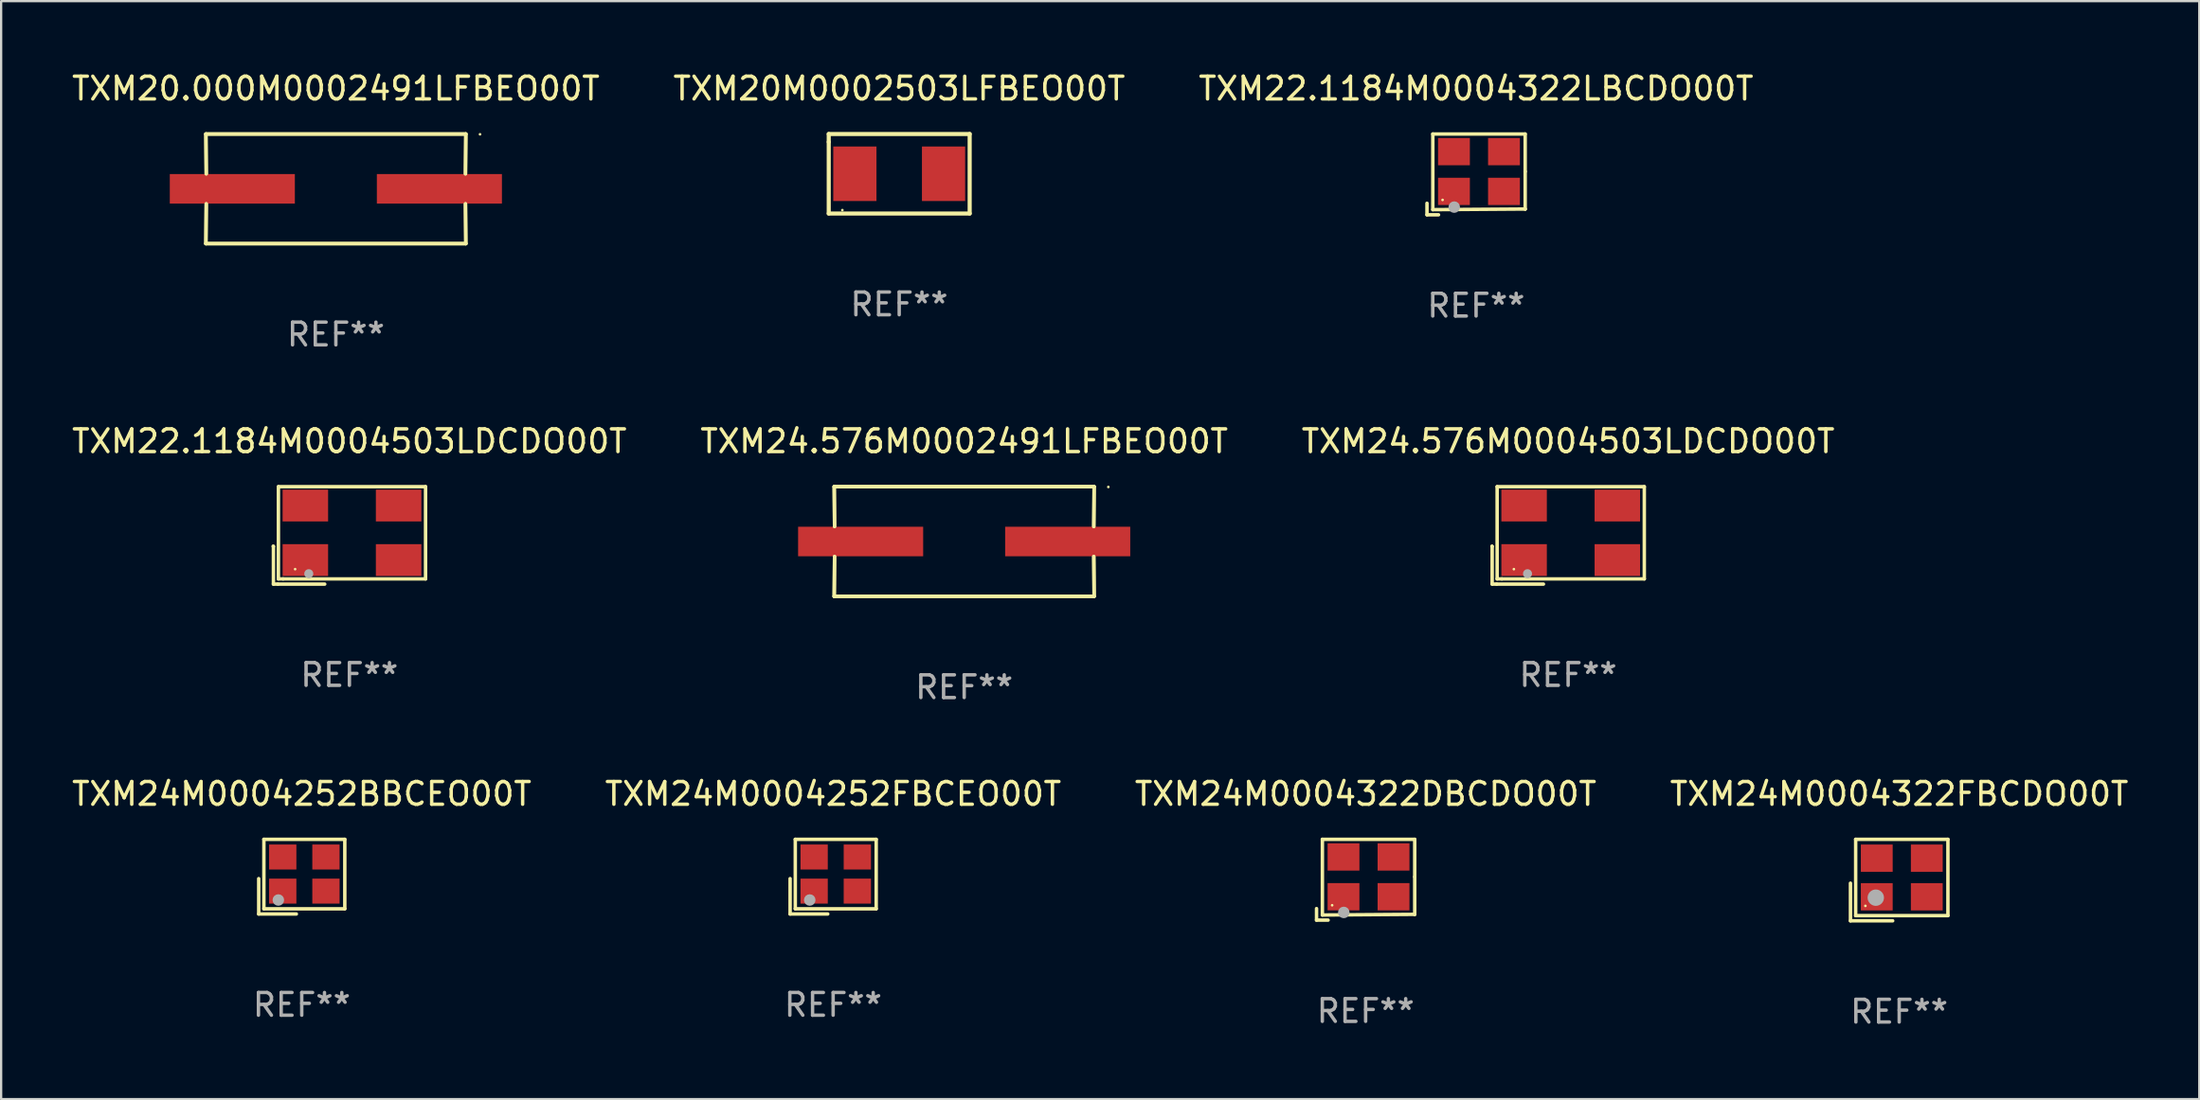
<source format=kicad_pcb>
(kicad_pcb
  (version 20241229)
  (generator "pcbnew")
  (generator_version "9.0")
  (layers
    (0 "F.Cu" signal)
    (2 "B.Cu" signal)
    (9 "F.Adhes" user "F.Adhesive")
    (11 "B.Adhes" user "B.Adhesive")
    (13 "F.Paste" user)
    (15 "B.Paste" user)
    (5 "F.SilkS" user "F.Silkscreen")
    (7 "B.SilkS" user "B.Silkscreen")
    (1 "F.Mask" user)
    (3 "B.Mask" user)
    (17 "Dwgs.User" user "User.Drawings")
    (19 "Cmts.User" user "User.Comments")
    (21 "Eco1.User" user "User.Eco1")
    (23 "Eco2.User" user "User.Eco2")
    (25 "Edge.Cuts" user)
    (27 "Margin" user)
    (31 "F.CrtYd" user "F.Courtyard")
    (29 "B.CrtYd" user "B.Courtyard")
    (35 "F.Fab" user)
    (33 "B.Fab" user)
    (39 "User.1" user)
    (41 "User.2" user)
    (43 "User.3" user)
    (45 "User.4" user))
  (footprint "TXM20M0002503LFBEO00T"
    (layer "F.Cu")
    (at 36.494 4.598)
    (property "Reference" "TXM20M0002503LFBEO00T" (at 0 -3.75 0) (layer "F.SilkS") (effects (font (size 1 1) (thickness 0.15))))
    (attr through_hole)
    (fp_line (start -3.099 -1.75) (end 3.099 -1.75) (stroke (width 0.18) (type solid)) (layer "F.SilkS"))
    (fp_line (start -3.099 -1.4) (end -3.099 -1.75) (stroke (width 0.18) (type solid)) (layer "F.SilkS"))
    (fp_line (start -3.099 1.75) (end -3.099 -1.4) (stroke (width 0.18) (type solid)) (layer "F.SilkS"))
    (fp_line (start 3.099 -1.75) (end 3.099 1.75) (stroke (width 0.18) (type solid)) (layer "F.SilkS"))
    (fp_line (start 3.099 1.75) (end -3.099 1.75) (stroke (width 0.18) (type solid)) (layer "F.SilkS"))
    (fp_circle (center -2.5 1.6) (end -2.47 1.6) (stroke (width 0.06) (type solid)) (fill no) (layer "F.SilkS"))
    (fp_text user "REF**" (at 0 5.75 0) (layer "F.Fab") (effects (font (size 1 1) (thickness 0.15))))
    (pad "1" smd rect (at -1.95 0) (size 1.9 2.4) (layers "F.Cu" "F.Mask" "F.Paste"))
    (pad "2" smd rect (at 1.95 0) (size 1.9 2.4) (layers "F.Cu" "F.Mask" "F.Paste")))
  (footprint "TXM22.1184M0004503LDCDO00T"
    (layer "F.Cu")
    (at 12.315 20.515)
    (property "Reference" "TXM22.1184M0004503LDCDO00T" (at 0 -4.144 0) (layer "F.SilkS") (effects (font (size 1 1) (thickness 0.15))))
    (attr through_hole)
    (fp_line (start -3.35 0.476) (end -3.341 0.485) (stroke (width 0.152) (type solid)) (layer "F.SilkS"))
    (fp_line (start -3.341 0.485) (end -3.341 2.144) (stroke (width 0.152) (type solid)) (layer "F.SilkS"))
    (fp_line (start -3.341 2.144) (end -3.143 2.144) (stroke (width 0.152) (type solid)) (layer "F.SilkS"))
    (fp_line (start -3.143 2.144) (end -1.085 2.144) (stroke (width 0.152) (type solid)) (layer "F.SilkS"))
    (fp_line (start -3.122 -2.144) (end 3.35 -2.144) (stroke (width 0.152) (type solid)) (layer "F.SilkS"))
    (fp_line (start -3.122 1.915) (end -3.122 -2.144) (stroke (width 0.152) (type solid)) (layer "F.SilkS"))
    (fp_line (start -2.914 1.915) (end -3.122 1.915) (stroke (width 0.152) (type solid)) (layer "F.SilkS"))
    (fp_line (start 3.35 -2.144) (end 3.35 1.915) (stroke (width 0.152) (type solid)) (layer "F.SilkS"))
    (fp_line (start 3.35 1.915) (end -2.914 1.915) (stroke (width 0.152) (type solid)) (layer "F.SilkS"))
    (fp_circle (center -2.386 1.486) (end -2.356 1.486) (stroke (width 0.06) (type solid)) (fill no) (layer "F.SilkS"))
    (fp_circle (center -1.786 1.686) (end -1.686 1.686) (stroke (width 0.2) (type solid)) (fill no) (layer "F.Fab"))
    (fp_text user "REF**" (at 0 6.144 0) (layer "F.Fab") (effects (font (size 1 1) (thickness 0.15))))
    (pad "1" smd rect (at -1.936 1.086) (size 2 1.4) (layers "F.Cu" "F.Mask" "F.Paste"))
    (pad "2" smd rect (at 2.164 1.086) (size 2 1.4) (layers "F.Cu" "F.Mask" "F.Paste"))
    (pad "3" smd rect (at 2.164 -1.314) (size 2 1.4) (layers "F.Cu" "F.Mask" "F.Paste"))
    (pad "4" smd rect (at -1.936 -1.314) (size 2 1.4) (layers "F.Cu" "F.Mask" "F.Paste")))
  (footprint "TXM24M0004322DBCDO00T"
    (layer "F.Cu")
    (at 57.006 35.671)
    (property "Reference" "TXM24M0004322DBCDO00T" (at 0 -3.778 0) (layer "F.SilkS") (effects (font (size 1 1) (thickness 0.15))))
    (attr through_hole)
    (fp_line (start -2.159 1.27) (end -2.159 1.778) (stroke (width 0.152) (type solid)) (layer "F.SilkS"))
    (fp_line (start -2.159 1.778) (end -1.651 1.778) (stroke (width 0.152) (type solid)) (layer "F.SilkS"))
    (fp_line (start -1.902 -1.778) (end 2.159 -1.778) (stroke (width 0.152) (type solid)) (layer "F.SilkS"))
    (fp_line (start -1.902 1.552) (end -1.902 -1.778) (stroke (width 0.152) (type solid)) (layer "F.SilkS"))
    (fp_line (start 2.159 -1.778) (end 2.159 -0.127) (stroke (width 0.152) (type solid)) (layer "F.SilkS"))
    (fp_line (start 2.159 -0.127) (end 2.159 1.524) (stroke (width 0.152) (type solid)) (layer "F.SilkS"))
    (fp_line (start 2.159 1.524) (end -1.902 1.552) (stroke (width 0.152) (type solid)) (layer "F.SilkS"))
    (fp_line (start 2.159 1.524) (end 2.159 1.524) (stroke (width 0.152) (type solid)) (layer "F.SilkS"))
    (fp_circle (center -1.473 1.123) (end -1.443 1.123) (stroke (width 0.06) (type solid)) (fill no) (layer "F.SilkS"))
    (fp_circle (center -0.961 1.44) (end -0.834 1.44) (stroke (width 0.254) (type solid)) (fill no) (layer "F.Fab"))
    (fp_text user "REF**" (at 0 5.778 0) (layer "F.Fab") (effects (font (size 1 1) (thickness 0.15))))
    (pad "1" smd rect (at -0.973 0.748) (size 1.4 1.2) (layers "F.Cu" "F.Mask" "F.Paste"))
    (pad "2" smd rect (at 1.227 0.748) (size 1.4 1.2) (layers "F.Cu" "F.Mask" "F.Paste"))
    (pad "3" smd rect (at 1.227 -1.002) (size 1.4 1.2) (layers "F.Cu" "F.Mask" "F.Paste"))
    (pad "4" smd rect (at -0.973 -1.002) (size 1.4 1.2) (layers "F.Cu" "F.Mask" "F.Paste")))
  (footprint "TXM24M0004322FBCDO00T"
    (layer "F.Cu")
    (at 80.47 35.686)
    (property "Reference" "TXM24M0004322FBCDO00T" (at 0 -3.793 0) (layer "F.SilkS") (effects (font (size 1 1) (thickness 0.15))))
    (attr through_hole)
    (fp_line (start -2.143 0.136) (end -2.143 1.793) (stroke (width 0.152) (type solid)) (layer "F.SilkS"))
    (fp_line (start -2.143 1.793) (end -0.286 1.793) (stroke (width 0.152) (type solid)) (layer "F.SilkS"))
    (fp_line (start -1.914 -1.793) (end 2.143 -1.793) (stroke (width 0.152) (type solid)) (layer "F.SilkS"))
    (fp_line (start -1.914 1.564) (end -1.914 -1.793) (stroke (width 0.152) (type solid)) (layer "F.SilkS"))
    (fp_line (start 2.143 -1.793) (end 2.143 1.564) (stroke (width 0.152) (type solid)) (layer "F.SilkS"))
    (fp_line (start 2.143 1.564) (end -1.914 1.564) (stroke (width 0.152) (type solid)) (layer "F.SilkS"))
    (fp_circle (center -1.486 1.136) (end -1.456 1.136) (stroke (width 0.06) (type solid)) (fill no) (layer "F.SilkS"))
    (fp_circle (center -1.029 0.775) (end -0.849 0.775) (stroke (width 0.36) (type solid)) (fill no) (layer "F.Fab"))
    (fp_text user "REF**" (at 0 5.793 0) (layer "F.Fab") (effects (font (size 1 1) (thickness 0.15))))
    (pad "1" smd rect (at -0.986 0.736) (size 1.4 1.2) (layers "F.Cu" "F.Mask" "F.Paste"))
    (pad "2" smd rect (at 1.214 0.736) (size 1.4 1.2) (layers "F.Cu" "F.Mask" "F.Paste"))
    (pad "3" smd rect (at 1.214 -0.964) (size 1.4 1.2) (layers "F.Cu" "F.Mask" "F.Paste"))
    (pad "4" smd rect (at -0.986 -0.964) (size 1.4 1.2) (layers "F.Cu" "F.Mask" "F.Paste")))
  (footprint "TXM24.576M0002491LFBEO00T"
    (layer "F.Cu")
    (at 39.351 20.784)
    (property "Reference" "TXM24.576M0002491LFBEO00T" (at 0 -4.413 0) (layer "F.SilkS") (effects (font (size 1 1) (thickness 0.15))))
    (attr through_hole)
    (fp_line (start -5.715 -2.413) (end -5.7 -0.662) (stroke (width 0.152) (type solid)) (layer "F.SilkS"))
    (fp_line (start -5.715 -2.413) (end -5.7 -0.662) (stroke (width 0.152) (type solid)) (layer "F.SilkS"))
    (fp_line (start -5.715 2.413) (end 5.715 2.413) (stroke (width 0.152) (type solid)) (layer "F.SilkS"))
    (fp_line (start -5.715 2.413) (end 5.715 2.413) (stroke (width 0.152) (type solid)) (layer "F.SilkS"))
    (fp_line (start -5.7 0.662) (end -5.715 2.413) (stroke (width 0.152) (type solid)) (layer "F.SilkS"))
    (fp_line (start -5.7 0.662) (end -5.715 2.413) (stroke (width 0.152) (type solid)) (layer "F.SilkS"))
    (fp_line (start 5.7 -0.662) (end 5.715 -2.413) (stroke (width 0.152) (type solid)) (layer "F.SilkS"))
    (fp_line (start 5.7 -0.662) (end 5.715 -2.413) (stroke (width 0.152) (type solid)) (layer "F.SilkS"))
    (fp_line (start 5.715 -2.413) (end -5.715 -2.413) (stroke (width 0.152) (type solid)) (layer "F.SilkS"))
    (fp_line (start 5.715 -2.413) (end -5.715 -2.413) (stroke (width 0.152) (type solid)) (layer "F.SilkS"))
    (fp_line (start 5.715 2.413) (end 5.7 0.662) (stroke (width 0.152) (type solid)) (layer "F.SilkS"))
    (fp_line (start 5.715 2.413) (end 5.7 0.662) (stroke (width 0.152) (type solid)) (layer "F.SilkS"))
    (fp_circle (center 6.34 -2.4) (end 6.37 -2.4) (stroke (width 0.06) (type solid)) (fill no) (layer "F.SilkS"))
    (fp_text user "REF**" (at 0 6.413 0) (layer "F.Fab") (effects (font (size 1 1) (thickness 0.15))))
    (pad "1" smd rect (at 4.553 0) (size 5.5 1.3) (layers "F.Cu" "F.Mask" "F.Paste"))
    (pad "2" smd rect (at -4.553 0) (size 5.5 1.3) (layers "F.Cu" "F.Mask" "F.Paste")))
  (footprint "TXM24M0004252FBCEO00T"
    (layer "F.Cu")
    (at 33.589 35.536)
    (property "Reference" "TXM24M0004252FBCEO00T" (at 0 -3.643 0) (layer "F.SilkS") (effects (font (size 1 1) (thickness 0.15))))
    (attr through_hole)
    (fp_line (start -1.893 0.086) (end -1.893 1.643) (stroke (width 0.152) (type solid)) (layer "F.SilkS"))
    (fp_line (start -1.893 1.643) (end -0.237 1.643) (stroke (width 0.152) (type solid)) (layer "F.SilkS"))
    (fp_line (start -1.665 -1.643) (end 1.893 -1.643) (stroke (width 0.152) (type solid)) (layer "F.SilkS"))
    (fp_line (start -1.665 1.414) (end -1.665 -1.643) (stroke (width 0.152) (type solid)) (layer "F.SilkS"))
    (fp_line (start 1.893 -1.643) (end 1.893 1.414) (stroke (width 0.152) (type solid)) (layer "F.SilkS"))
    (fp_line (start 1.893 1.414) (end -1.665 1.414) (stroke (width 0.152) (type solid)) (layer "F.SilkS"))
    (fp_circle (center -1.136 0.885) (end -1.106 0.885) (stroke (width 0.06) (type solid)) (fill no) (layer "F.SilkS"))
    (fp_circle (center -1.029 1.028) (end -0.902 1.028) (stroke (width 0.254) (type solid)) (fill no) (layer "F.Fab"))
    (fp_text user "REF**" (at 0 5.643 0) (layer "F.Fab") (effects (font (size 1 1) (thickness 0.15))))
    (pad "1" smd rect (at -0.836 0.636) (size 1.2 1.1) (layers "F.Cu" "F.Mask" "F.Paste"))
    (pad "2" smd rect (at 1.064 0.636) (size 1.2 1.1) (layers "F.Cu" "F.Mask" "F.Paste"))
    (pad "3" smd rect (at 1.064 -0.865) (size 1.2 1.1) (layers "F.Cu" "F.Mask" "F.Paste"))
    (pad "4" smd rect (at -0.836 -0.865) (size 1.2 1.1) (layers "F.Cu" "F.Mask" "F.Paste")))
  (footprint "TXM22.1184M0004322LBCDO00T"
    (layer "F.Cu")
    (at 61.863 4.626)
    (property "Reference" "TXM22.1184M0004322LBCDO00T" (at 0 -3.778 0) (layer "F.SilkS") (effects (font (size 1 1) (thickness 0.15))))
    (attr through_hole)
    (fp_line (start -2.159 1.27) (end -2.159 1.778) (stroke (width 0.152) (type solid)) (layer "F.SilkS"))
    (fp_line (start -2.159 1.778) (end -1.651 1.778) (stroke (width 0.152) (type solid)) (layer "F.SilkS"))
    (fp_line (start -1.902 -1.778) (end 2.159 -1.778) (stroke (width 0.152) (type solid)) (layer "F.SilkS"))
    (fp_line (start -1.902 1.552) (end -1.902 -1.778) (stroke (width 0.152) (type solid)) (layer "F.SilkS"))
    (fp_line (start 2.159 -1.778) (end 2.159 -0.127) (stroke (width 0.152) (type solid)) (layer "F.SilkS"))
    (fp_line (start 2.159 -0.127) (end 2.159 1.524) (stroke (width 0.152) (type solid)) (layer "F.SilkS"))
    (fp_line (start 2.159 1.524) (end -1.902 1.552) (stroke (width 0.152) (type solid)) (layer "F.SilkS"))
    (fp_line (start 2.159 1.524) (end 2.159 1.524) (stroke (width 0.152) (type solid)) (layer "F.SilkS"))
    (fp_circle (center -1.473 1.123) (end -1.443 1.123) (stroke (width 0.06) (type solid)) (fill no) (layer "F.SilkS"))
    (fp_circle (center -0.961 1.44) (end -0.834 1.44) (stroke (width 0.254) (type solid)) (fill no) (layer "F.Fab"))
    (fp_text user "REF**" (at 0 5.778 0) (layer "F.Fab") (effects (font (size 1 1) (thickness 0.15))))
    (pad "1" smd rect (at -0.973 0.748) (size 1.4 1.2) (layers "F.Cu" "F.Mask" "F.Paste"))
    (pad "2" smd rect (at 1.227 0.748) (size 1.4 1.2) (layers "F.Cu" "F.Mask" "F.Paste"))
    (pad "3" smd rect (at 1.227 -1.002) (size 1.4 1.2) (layers "F.Cu" "F.Mask" "F.Paste"))
    (pad "4" smd rect (at -0.973 -1.002) (size 1.4 1.2) (layers "F.Cu" "F.Mask" "F.Paste")))
  (footprint "TXM24.576M0004503LDCDO00T"
    (layer "F.Cu")
    (at 65.911 20.515)
    (property "Reference" "TXM24.576M0004503LDCDO00T" (at 0 -4.144 0) (layer "F.SilkS") (effects (font (size 1 1) (thickness 0.15))))
    (attr through_hole)
    (fp_line (start -3.35 0.476) (end -3.341 0.485) (stroke (width 0.152) (type solid)) (layer "F.SilkS"))
    (fp_line (start -3.341 0.485) (end -3.341 2.144) (stroke (width 0.152) (type solid)) (layer "F.SilkS"))
    (fp_line (start -3.341 2.144) (end -3.143 2.144) (stroke (width 0.152) (type solid)) (layer "F.SilkS"))
    (fp_line (start -3.143 2.144) (end -1.085 2.144) (stroke (width 0.152) (type solid)) (layer "F.SilkS"))
    (fp_line (start -3.122 -2.144) (end 3.35 -2.144) (stroke (width 0.152) (type solid)) (layer "F.SilkS"))
    (fp_line (start -3.122 1.915) (end -3.122 -2.144) (stroke (width 0.152) (type solid)) (layer "F.SilkS"))
    (fp_line (start -2.914 1.915) (end -3.122 1.915) (stroke (width 0.152) (type solid)) (layer "F.SilkS"))
    (fp_line (start 3.35 -2.144) (end 3.35 1.915) (stroke (width 0.152) (type solid)) (layer "F.SilkS"))
    (fp_line (start 3.35 1.915) (end -2.914 1.915) (stroke (width 0.152) (type solid)) (layer "F.SilkS"))
    (fp_circle (center -2.386 1.486) (end -2.356 1.486) (stroke (width 0.06) (type solid)) (fill no) (layer "F.SilkS"))
    (fp_circle (center -1.786 1.686) (end -1.686 1.686) (stroke (width 0.2) (type solid)) (fill no) (layer "F.Fab"))
    (fp_text user "REF**" (at 0 6.144 0) (layer "F.Fab") (effects (font (size 1 1) (thickness 0.15))))
    (pad "1" smd rect (at -1.936 1.086) (size 2 1.4) (layers "F.Cu" "F.Mask" "F.Paste"))
    (pad "2" smd rect (at 2.164 1.086) (size 2 1.4) (layers "F.Cu" "F.Mask" "F.Paste"))
    (pad "3" smd rect (at 2.164 -1.314) (size 2 1.4) (layers "F.Cu" "F.Mask" "F.Paste"))
    (pad "4" smd rect (at -1.936 -1.314) (size 2 1.4) (layers "F.Cu" "F.Mask" "F.Paste")))
  (footprint "TXM20.000M0002491LFBEO00T"
    (layer "F.Cu")
    (at 11.72 5.261)
    (property "Reference" "TXM20.000M0002491LFBEO00T" (at 0 -4.413 0) (layer "F.SilkS") (effects (font (size 1 1) (thickness 0.15))))
    (attr through_hole)
    (fp_line (start -5.715 -2.413) (end -5.7 -0.662) (stroke (width 0.152) (type solid)) (layer "F.SilkS"))
    (fp_line (start -5.715 -2.413) (end -5.7 -0.662) (stroke (width 0.152) (type solid)) (layer "F.SilkS"))
    (fp_line (start -5.715 2.413) (end 5.715 2.413) (stroke (width 0.152) (type solid)) (layer "F.SilkS"))
    (fp_line (start -5.715 2.413) (end 5.715 2.413) (stroke (width 0.152) (type solid)) (layer "F.SilkS"))
    (fp_line (start -5.7 0.662) (end -5.715 2.413) (stroke (width 0.152) (type solid)) (layer "F.SilkS"))
    (fp_line (start -5.7 0.662) (end -5.715 2.413) (stroke (width 0.152) (type solid)) (layer "F.SilkS"))
    (fp_line (start 5.7 -0.662) (end 5.715 -2.413) (stroke (width 0.152) (type solid)) (layer "F.SilkS"))
    (fp_line (start 5.7 -0.662) (end 5.715 -2.413) (stroke (width 0.152) (type solid)) (layer "F.SilkS"))
    (fp_line (start 5.715 -2.413) (end -5.715 -2.413) (stroke (width 0.152) (type solid)) (layer "F.SilkS"))
    (fp_line (start 5.715 -2.413) (end -5.715 -2.413) (stroke (width 0.152) (type solid)) (layer "F.SilkS"))
    (fp_line (start 5.715 2.413) (end 5.7 0.662) (stroke (width 0.152) (type solid)) (layer "F.SilkS"))
    (fp_line (start 5.715 2.413) (end 5.7 0.662) (stroke (width 0.152) (type solid)) (layer "F.SilkS"))
    (fp_circle (center 6.34 -2.4) (end 6.37 -2.4) (stroke (width 0.06) (type solid)) (fill no) (layer "F.SilkS"))
    (fp_text user "REF**" (at 0 6.413 0) (layer "F.Fab") (effects (font (size 1 1) (thickness 0.15))))
    (pad "1" smd rect (at 4.553 0) (size 5.5 1.3) (layers "F.Cu" "F.Mask" "F.Paste"))
    (pad "2" smd rect (at -4.553 0) (size 5.5 1.3) (layers "F.Cu" "F.Mask" "F.Paste")))
  (footprint "TXM24M0004252BBCEO00T"
    (layer "F.Cu")
    (at 10.22 35.536)
    (property "Reference" "TXM24M0004252BBCEO00T" (at 0 -3.643 0) (layer "F.SilkS") (effects (font (size 1 1) (thickness 0.15))))
    (attr through_hole)
    (fp_line (start -1.893 0.086) (end -1.893 1.643) (stroke (width 0.152) (type solid)) (layer "F.SilkS"))
    (fp_line (start -1.893 1.643) (end -0.237 1.643) (stroke (width 0.152) (type solid)) (layer "F.SilkS"))
    (fp_line (start -1.665 -1.643) (end 1.893 -1.643) (stroke (width 0.152) (type solid)) (layer "F.SilkS"))
    (fp_line (start -1.665 1.414) (end -1.665 -1.643) (stroke (width 0.152) (type solid)) (layer "F.SilkS"))
    (fp_line (start 1.893 -1.643) (end 1.893 1.414) (stroke (width 0.152) (type solid)) (layer "F.SilkS"))
    (fp_line (start 1.893 1.414) (end -1.665 1.414) (stroke (width 0.152) (type solid)) (layer "F.SilkS"))
    (fp_circle (center -1.136 0.885) (end -1.106 0.885) (stroke (width 0.06) (type solid)) (fill no) (layer "F.SilkS"))
    (fp_circle (center -1.029 1.028) (end -0.902 1.028) (stroke (width 0.254) (type solid)) (fill no) (layer "F.Fab"))
    (fp_text user "REF**" (at 0 5.643 0) (layer "F.Fab") (effects (font (size 1 1) (thickness 0.15))))
    (pad "1" smd rect (at -0.836 0.636) (size 1.2 1.1) (layers "F.Cu" "F.Mask" "F.Paste"))
    (pad "2" smd rect (at 1.064 0.636) (size 1.2 1.1) (layers "F.Cu" "F.Mask" "F.Paste"))
    (pad "3" smd rect (at 1.064 -0.865) (size 1.2 1.1) (layers "F.Cu" "F.Mask" "F.Paste"))
    (pad "4" smd rect (at -0.836 -0.865) (size 1.2 1.1) (layers "F.Cu" "F.Mask" "F.Paste")))
  (gr_rect
    (start -3 -3)
    (end 93.667 45.327)
    (stroke (width 0.1) (type default))
    (fill no)
    (layer "Edge.Cuts")))
</source>
